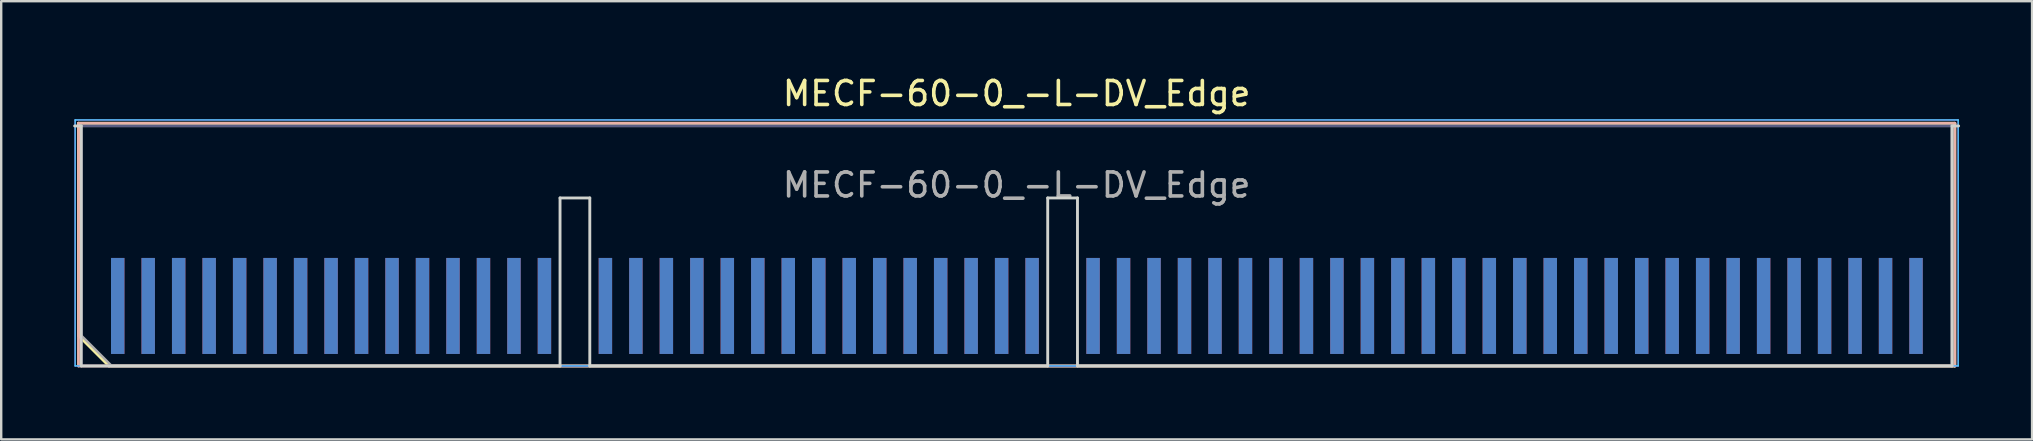
<source format=kicad_pcb>
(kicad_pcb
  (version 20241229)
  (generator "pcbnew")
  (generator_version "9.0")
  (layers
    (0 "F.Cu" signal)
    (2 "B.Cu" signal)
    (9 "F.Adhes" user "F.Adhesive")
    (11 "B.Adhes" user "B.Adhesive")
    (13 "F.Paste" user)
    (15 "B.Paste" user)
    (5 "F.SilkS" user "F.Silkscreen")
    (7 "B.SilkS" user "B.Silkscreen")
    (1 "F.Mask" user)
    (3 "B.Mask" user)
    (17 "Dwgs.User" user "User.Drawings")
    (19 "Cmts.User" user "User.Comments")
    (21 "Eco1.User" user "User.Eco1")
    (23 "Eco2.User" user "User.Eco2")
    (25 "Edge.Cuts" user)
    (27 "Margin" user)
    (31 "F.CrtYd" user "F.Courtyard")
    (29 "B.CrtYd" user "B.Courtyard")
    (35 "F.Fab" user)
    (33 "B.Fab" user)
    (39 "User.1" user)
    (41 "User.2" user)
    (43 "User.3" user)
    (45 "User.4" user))
  (footprint "MECF-60-0_-L-DV_Edge"
    (layer "F.Cu")
    (at 39.31 7.198)
    (property "Reference" "MECF-60-0_-L-DV_Edge" (at 0 -6.35 0) (layer "F.SilkS") (effects (font (size 1 1) (thickness 0.15))))
    (attr exclude_from_pos_files exclude_from_bom)
    (fp_line (start -39.09 -5.11) (end 39.09 -5.11) (stroke (width 0.12) (type solid)) (layer "F.SilkS"))
    (fp_line (start -39.09 3.73) (end -39.09 -5.11) (stroke (width 0.12) (type solid)) (layer "F.SilkS"))
    (fp_line (start -37.82 5) (end -39.09 3.73) (stroke (width 0.12) (type solid)) (layer "F.SilkS"))
    (fp_line (start -37.82 5) (end 39.09 5) (stroke (width 0.12) (type solid)) (layer "F.SilkS"))
    (fp_line (start 39.09 5) (end 39.09 -5.11) (stroke (width 0.12) (type solid)) (layer "F.SilkS"))
    (fp_line (start -39.09 -5.11) (end 39.09 -5.11) (stroke (width 0.12) (type solid)) (layer "B.SilkS"))
    (fp_line (start -39.09 5) (end -39.09 -5.11) (stroke (width 0.12) (type solid)) (layer "B.SilkS"))
    (fp_line (start -39.09 5) (end 39.09 5) (stroke (width 0.12) (type solid)) (layer "B.SilkS"))
    (fp_line (start 39.09 5) (end 39.09 -5.11) (stroke (width 0.12) (type solid)) (layer "B.SilkS"))
    (fp_line (start -39.25 -5) (end -38.975 -5) (stroke (width 0.12) (type solid)) (layer "Edge.Cuts"))
    (fp_line (start -38.975 5) (end -38.975 -5) (stroke (width 0.12) (type solid)) (layer "Edge.Cuts"))
    (fp_line (start -38.975 5) (end -19.025 5) (stroke (width 0.12) (type solid)) (layer "Edge.Cuts"))
    (fp_line (start -19.025 -2) (end -17.785 -2) (stroke (width 0.12) (type solid)) (layer "Edge.Cuts"))
    (fp_line (start -19.025 5) (end -19.025 -2) (stroke (width 0.12) (type solid)) (layer "Edge.Cuts"))
    (fp_line (start -17.785 5) (end -17.785 -2) (stroke (width 0.12) (type solid)) (layer "Edge.Cuts"))
    (fp_line (start -17.785 5) (end 1.295 5) (stroke (width 0.12) (type solid)) (layer "Edge.Cuts"))
    (fp_line (start 1.295 -2) (end 2.535 -2) (stroke (width 0.12) (type solid)) (layer "Edge.Cuts"))
    (fp_line (start 1.295 5) (end 1.295 -2) (stroke (width 0.12) (type solid)) (layer "Edge.Cuts"))
    (fp_line (start 2.535 5) (end 2.535 -2) (stroke (width 0.12) (type solid)) (layer "Edge.Cuts"))
    (fp_line (start 2.535 5) (end 38.975 5) (stroke (width 0.12) (type solid)) (layer "Edge.Cuts"))
    (fp_line (start 38.975 5) (end 38.975 -5) (stroke (width 0.12) (type solid)) (layer "Edge.Cuts"))
    (fp_line (start 39.25 -5) (end 38.975 -5) (stroke (width 0.12) (type solid)) (layer "Edge.Cuts"))
    (fp_line (start -39.23 -5.25) (end -39.23 5) (stroke (width 0.05) (type solid)) (layer "B.CrtYd"))
    (fp_line (start -39.23 5) (end 39.23 5) (stroke (width 0.05) (type solid)) (layer "B.CrtYd"))
    (fp_line (start 39.23 -5.25) (end -39.23 -5.25) (stroke (width 0.05) (type solid)) (layer "B.CrtYd"))
    (fp_line (start 39.23 5) (end 39.23 -5.25) (stroke (width 0.05) (type solid)) (layer "B.CrtYd"))
    (fp_line (start -39.23 -5.25) (end -39.23 5) (stroke (width 0.05) (type solid)) (layer "F.CrtYd"))
    (fp_line (start -39.23 5) (end 39.23 5) (stroke (width 0.05) (type solid)) (layer "F.CrtYd"))
    (fp_line (start 39.23 -5.25) (end -39.23 -5.25) (stroke (width 0.05) (type solid)) (layer "F.CrtYd"))
    (fp_line (start 39.23 5) (end 39.23 -5.25) (stroke (width 0.05) (type solid)) (layer "F.CrtYd"))
    (fp_line (start -38.975 -5) (end 38.975 -5) (stroke (width 0.1) (type solid)) (layer "B.Fab"))
    (fp_line (start -38.975 5) (end -38.975 -5) (stroke (width 0.1) (type solid)) (layer "B.Fab"))
    (fp_line (start -38.975 5) (end 38.975 5) (stroke (width 0.1) (type solid)) (layer "B.Fab"))
    (fp_line (start 38.975 5) (end 38.975 -5) (stroke (width 0.1) (type solid)) (layer "B.Fab"))
    (fp_line (start -38.975 -5) (end 38.975 -5) (stroke (width 0.1) (type solid)) (layer "F.Fab"))
    (fp_line (start -38.975 3.73) (end -38.975 -5) (stroke (width 0.1) (type solid)) (layer "F.Fab"))
    (fp_line (start -38.975 3.73) (end -37.705 5) (stroke (width 0.1) (type solid)) (layer "F.Fab"))
    (fp_line (start -37.705 5) (end 38.975 5) (stroke (width 0.1) (type solid)) (layer "F.Fab"))
    (fp_line (start 38.975 5) (end 38.975 -5) (stroke (width 0.1) (type solid)) (layer "F.Fab"))
    (fp_text user "${REFERENCE}" (at 0 -2.54 0) (layer "F.Fab") (effects (font (size 1 1) (thickness 0.15))))
    (pad "1" smd rect (at -37.455 2.5) (size 0.56 4) (layers "F.Cu" "F.Mask" "F.Paste"))
    (pad "2" smd rect (at -37.455 2.5) (size 0.56 4) (layers "B.Cu" "B.Mask" "B.Paste"))
    (pad "3" smd rect (at -36.185 2.5) (size 0.56 4) (layers "F.Cu" "F.Mask" "F.Paste"))
    (pad "4" smd rect (at -36.185 2.5) (size 0.56 4) (layers "B.Cu" "B.Mask" "B.Paste"))
    (pad "5" smd rect (at -34.915 2.5) (size 0.56 4) (layers "F.Cu" "F.Mask" "F.Paste"))
    (pad "6" smd rect (at -34.915 2.5) (size 0.56 4) (layers "B.Cu" "B.Mask" "B.Paste"))
    (pad "7" smd rect (at -33.645 2.5) (size 0.56 4) (layers "F.Cu" "F.Mask" "F.Paste"))
    (pad "8" smd rect (at -33.645 2.5) (size 0.56 4) (layers "B.Cu" "B.Mask" "B.Paste"))
    (pad "9" smd rect (at -32.375 2.5) (size 0.56 4) (layers "F.Cu" "F.Mask" "F.Paste"))
    (pad "10" smd rect (at -32.375 2.5) (size 0.56 4) (layers "B.Cu" "B.Mask" "B.Paste"))
    (pad "11" smd rect (at -31.105 2.5) (size 0.56 4) (layers "F.Cu" "F.Mask" "F.Paste"))
    (pad "12" smd rect (at -31.105 2.5) (size 0.56 4) (layers "B.Cu" "B.Mask" "B.Paste"))
    (pad "13" smd rect (at -29.835 2.5) (size 0.56 4) (layers "F.Cu" "F.Mask" "F.Paste"))
    (pad "14" smd rect (at -29.835 2.5) (size 0.56 4) (layers "B.Cu" "B.Mask" "B.Paste"))
    (pad "15" smd rect (at -28.565 2.5) (size 0.56 4) (layers "F.Cu" "F.Mask" "F.Paste"))
    (pad "16" smd rect (at -28.565 2.5) (size 0.56 4) (layers "B.Cu" "B.Mask" "B.Paste"))
    (pad "17" smd rect (at -27.295 2.5) (size 0.56 4) (layers "F.Cu" "F.Mask" "F.Paste"))
    (pad "18" smd rect (at -27.295 2.5) (size 0.56 4) (layers "B.Cu" "B.Mask" "B.Paste"))
    (pad "19" smd rect (at -26.025 2.5) (size 0.56 4) (layers "F.Cu" "F.Mask" "F.Paste"))
    (pad "20" smd rect (at -26.025 2.5) (size 0.56 4) (layers "B.Cu" "B.Mask" "B.Paste"))
    (pad "21" smd rect (at -24.755 2.5) (size 0.56 4) (layers "F.Cu" "F.Mask" "F.Paste"))
    (pad "22" smd rect (at -24.755 2.5) (size 0.56 4) (layers "B.Cu" "B.Mask" "B.Paste"))
    (pad "23" smd rect (at -23.485 2.5) (size 0.56 4) (layers "F.Cu" "F.Mask" "F.Paste"))
    (pad "24" smd rect (at -23.485 2.5) (size 0.56 4) (layers "B.Cu" "B.Mask" "B.Paste"))
    (pad "25" smd rect (at -22.215 2.5) (size 0.56 4) (layers "F.Cu" "F.Mask" "F.Paste"))
    (pad "26" smd rect (at -22.215 2.5) (size 0.56 4) (layers "B.Cu" "B.Mask" "B.Paste"))
    (pad "27" smd rect (at -20.945 2.5) (size 0.56 4) (layers "F.Cu" "F.Mask" "F.Paste"))
    (pad "28" smd rect (at -20.945 2.5) (size 0.56 4) (layers "B.Cu" "B.Mask" "B.Paste"))
    (pad "29" smd rect (at -19.675 2.5) (size 0.56 4) (layers "F.Cu" "F.Mask" "F.Paste"))
    (pad "30" smd rect (at -19.675 2.5) (size 0.56 4) (layers "B.Cu" "B.Mask" "B.Paste"))
    (pad "33" smd rect (at -17.135 2.5) (size 0.56 4) (layers "F.Cu" "F.Mask" "F.Paste"))
    (pad "34" smd rect (at -17.135 2.5) (size 0.56 4) (layers "B.Cu" "B.Mask" "B.Paste"))
    (pad "35" smd rect (at -15.865 2.5) (size 0.56 4) (layers "F.Cu" "F.Mask" "F.Paste"))
    (pad "36" smd rect (at -15.865 2.5) (size 0.56 4) (layers "B.Cu" "B.Mask" "B.Paste"))
    (pad "37" smd rect (at -14.595 2.5) (size 0.56 4) (layers "F.Cu" "F.Mask" "F.Paste"))
    (pad "38" smd rect (at -14.595 2.5) (size 0.56 4) (layers "B.Cu" "B.Mask" "B.Paste"))
    (pad "39" smd rect (at -13.325 2.5) (size 0.56 4) (layers "F.Cu" "F.Mask" "F.Paste"))
    (pad "40" smd rect (at -13.325 2.5) (size 0.56 4) (layers "B.Cu" "B.Mask" "B.Paste"))
    (pad "41" smd rect (at -12.055 2.5) (size 0.56 4) (layers "F.Cu" "F.Mask" "F.Paste"))
    (pad "42" smd rect (at -12.055 2.5) (size 0.56 4) (layers "B.Cu" "B.Mask" "B.Paste"))
    (pad "43" smd rect (at -10.785 2.5) (size 0.56 4) (layers "F.Cu" "F.Mask" "F.Paste"))
    (pad "44" smd rect (at -10.785 2.5) (size 0.56 4) (layers "B.Cu" "B.Mask" "B.Paste"))
    (pad "45" smd rect (at -9.515 2.5) (size 0.56 4) (layers "F.Cu" "F.Mask" "F.Paste"))
    (pad "46" smd rect (at -9.515 2.5) (size 0.56 4) (layers "B.Cu" "B.Mask" "B.Paste"))
    (pad "47" smd rect (at -8.245 2.5) (size 0.56 4) (layers "F.Cu" "F.Mask" "F.Paste"))
    (pad "48" smd rect (at -8.245 2.5) (size 0.56 4) (layers "B.Cu" "B.Mask" "B.Paste"))
    (pad "49" smd rect (at -6.975 2.5) (size 0.56 4) (layers "F.Cu" "F.Mask" "F.Paste"))
    (pad "50" smd rect (at -6.975 2.5) (size 0.56 4) (layers "B.Cu" "B.Mask" "B.Paste"))
    (pad "51" smd rect (at -5.705 2.5) (size 0.56 4) (layers "F.Cu" "F.Mask" "F.Paste"))
    (pad "52" smd rect (at -5.705 2.5) (size 0.56 4) (layers "B.Cu" "B.Mask" "B.Paste"))
    (pad "53" smd rect (at -4.435 2.5) (size 0.56 4) (layers "F.Cu" "F.Mask" "F.Paste"))
    (pad "54" smd rect (at -4.435 2.5) (size 0.56 4) (layers "B.Cu" "B.Mask" "B.Paste"))
    (pad "55" smd rect (at -3.165 2.5) (size 0.56 4) (layers "F.Cu" "F.Mask" "F.Paste"))
    (pad "56" smd rect (at -3.165 2.5) (size 0.56 4) (layers "B.Cu" "B.Mask" "B.Paste"))
    (pad "57" smd rect (at -1.895 2.5) (size 0.56 4) (layers "F.Cu" "F.Mask" "F.Paste"))
    (pad "58" smd rect (at -1.895 2.5) (size 0.56 4) (layers "B.Cu" "B.Mask" "B.Paste"))
    (pad "59" smd rect (at -0.625 2.5) (size 0.56 4) (layers "F.Cu" "F.Mask" "F.Paste"))
    (pad "60" smd rect (at -0.625 2.5) (size 0.56 4) (layers "B.Cu" "B.Mask" "B.Paste"))
    (pad "61" smd rect (at 0.645 2.5) (size 0.56 4) (layers "F.Cu" "F.Mask" "F.Paste"))
    (pad "62" smd rect (at 0.645 2.5) (size 0.56 4) (layers "B.Cu" "B.Mask" "B.Paste"))
    (pad "65" smd rect (at 3.185 2.5) (size 0.56 4) (layers "F.Cu" "F.Mask" "F.Paste"))
    (pad "66" smd rect (at 3.185 2.5) (size 0.56 4) (layers "B.Cu" "B.Mask" "B.Paste"))
    (pad "67" smd rect (at 4.455 2.5) (size 0.56 4) (layers "F.Cu" "F.Mask" "F.Paste"))
    (pad "68" smd rect (at 4.455 2.5) (size 0.56 4) (layers "B.Cu" "B.Mask" "B.Paste"))
    (pad "69" smd rect (at 5.725 2.5) (size 0.56 4) (layers "F.Cu" "F.Mask" "F.Paste"))
    (pad "70" smd rect (at 5.725 2.5) (size 0.56 4) (layers "B.Cu" "B.Mask" "B.Paste"))
    (pad "71" smd rect (at 6.995 2.5) (size 0.56 4) (layers "F.Cu" "F.Mask" "F.Paste"))
    (pad "72" smd rect (at 6.995 2.5) (size 0.56 4) (layers "B.Cu" "B.Mask" "B.Paste"))
    (pad "73" smd rect (at 8.265 2.5) (size 0.56 4) (layers "F.Cu" "F.Mask" "F.Paste"))
    (pad "74" smd rect (at 8.265 2.5) (size 0.56 4) (layers "B.Cu" "B.Mask" "B.Paste"))
    (pad "75" smd rect (at 9.535 2.5) (size 0.56 4) (layers "F.Cu" "F.Mask" "F.Paste"))
    (pad "76" smd rect (at 9.535 2.5) (size 0.56 4) (layers "B.Cu" "B.Mask" "B.Paste"))
    (pad "77" smd rect (at 10.805 2.5) (size 0.56 4) (layers "F.Cu" "F.Mask" "F.Paste"))
    (pad "78" smd rect (at 10.805 2.5) (size 0.56 4) (layers "B.Cu" "B.Mask" "B.Paste"))
    (pad "79" smd rect (at 12.075 2.5) (size 0.56 4) (layers "F.Cu" "F.Mask" "F.Paste"))
    (pad "80" smd rect (at 12.075 2.5) (size 0.56 4) (layers "B.Cu" "B.Mask" "B.Paste"))
    (pad "81" smd rect (at 13.345 2.5) (size 0.56 4) (layers "F.Cu" "F.Mask" "F.Paste"))
    (pad "82" smd rect (at 13.345 2.5) (size 0.56 4) (layers "B.Cu" "B.Mask" "B.Paste"))
    (pad "83" smd rect (at 14.615 2.5) (size 0.56 4) (layers "F.Cu" "F.Mask" "F.Paste"))
    (pad "84" smd rect (at 14.615 2.5) (size 0.56 4) (layers "B.Cu" "B.Mask" "B.Paste"))
    (pad "85" smd rect (at 15.885 2.5) (size 0.56 4) (layers "F.Cu" "F.Mask" "F.Paste"))
    (pad "86" smd rect (at 15.885 2.5) (size 0.56 4) (layers "B.Cu" "B.Mask" "B.Paste"))
    (pad "87" smd rect (at 17.155 2.5) (size 0.56 4) (layers "F.Cu" "F.Mask" "F.Paste"))
    (pad "88" smd rect (at 17.155 2.5) (size 0.56 4) (layers "B.Cu" "B.Mask" "B.Paste"))
    (pad "89" smd rect (at 18.425 2.5) (size 0.56 4) (layers "F.Cu" "F.Mask" "F.Paste"))
    (pad "90" smd rect (at 18.425 2.5) (size 0.56 4) (layers "B.Cu" "B.Mask" "B.Paste"))
    (pad "91" smd rect (at 19.695 2.5) (size 0.56 4) (layers "F.Cu" "F.Mask" "F.Paste"))
    (pad "92" smd rect (at 19.695 2.5) (size 0.56 4) (layers "B.Cu" "B.Mask" "B.Paste"))
    (pad "93" smd rect (at 20.965 2.5) (size 0.56 4) (layers "F.Cu" "F.Mask" "F.Paste"))
    (pad "94" smd rect (at 20.965 2.5) (size 0.56 4) (layers "B.Cu" "B.Mask" "B.Paste"))
    (pad "95" smd rect (at 22.235 2.5) (size 0.56 4) (layers "F.Cu" "F.Mask" "F.Paste"))
    (pad "96" smd rect (at 22.235 2.5) (size 0.56 4) (layers "B.Cu" "B.Mask" "B.Paste"))
    (pad "97" smd rect (at 23.505 2.5) (size 0.56 4) (layers "F.Cu" "F.Mask" "F.Paste"))
    (pad "98" smd rect (at 23.505 2.5) (size 0.56 4) (layers "B.Cu" "B.Mask" "B.Paste"))
    (pad "99" smd rect (at 24.775 2.5) (size 0.56 4) (layers "F.Cu" "F.Mask" "F.Paste"))
    (pad "100" smd rect (at 24.775 2.5) (size 0.56 4) (layers "B.Cu" "B.Mask" "B.Paste"))
    (pad "101" smd rect (at 26.045 2.5) (size 0.56 4) (layers "F.Cu" "F.Mask" "F.Paste"))
    (pad "102" smd rect (at 26.045 2.5) (size 0.56 4) (layers "B.Cu" "B.Mask" "B.Paste"))
    (pad "103" smd rect (at 27.315 2.5) (size 0.56 4) (layers "F.Cu" "F.Mask" "F.Paste"))
    (pad "104" smd rect (at 27.315 2.5) (size 0.56 4) (layers "B.Cu" "B.Mask" "B.Paste"))
    (pad "105" smd rect (at 28.585 2.5) (size 0.56 4) (layers "F.Cu" "F.Mask" "F.Paste"))
    (pad "106" smd rect (at 28.585 2.5) (size 0.56 4) (layers "B.Cu" "B.Mask" "B.Paste"))
    (pad "107" smd rect (at 29.855 2.5) (size 0.56 4) (layers "F.Cu" "F.Mask" "F.Paste"))
    (pad "108" smd rect (at 29.855 2.5) (size 0.56 4) (layers "B.Cu" "B.Mask" "B.Paste"))
    (pad "109" smd rect (at 31.125 2.5) (size 0.56 4) (layers "F.Cu" "F.Mask" "F.Paste"))
    (pad "110" smd rect (at 31.125 2.5) (size 0.56 4) (layers "B.Cu" "B.Mask" "B.Paste"))
    (pad "111" smd rect (at 32.395 2.5) (size 0.56 4) (layers "F.Cu" "F.Mask" "F.Paste"))
    (pad "112" smd rect (at 32.395 2.5) (size 0.56 4) (layers "B.Cu" "B.Mask" "B.Paste"))
    (pad "113" smd rect (at 33.665 2.5) (size 0.56 4) (layers "F.Cu" "F.Mask" "F.Paste"))
    (pad "114" smd rect (at 33.665 2.5) (size 0.56 4) (layers "B.Cu" "B.Mask" "B.Paste"))
    (pad "115" smd rect (at 34.935 2.5) (size 0.56 4) (layers "F.Cu" "F.Mask" "F.Paste"))
    (pad "116" smd rect (at 34.935 2.5) (size 0.56 4) (layers "B.Cu" "B.Mask" "B.Paste"))
    (pad "117" smd rect (at 36.205 2.5) (size 0.56 4) (layers "F.Cu" "F.Mask" "F.Paste"))
    (pad "118" smd rect (at 36.205 2.5) (size 0.56 4) (layers "B.Cu" "B.Mask" "B.Paste"))
    (pad "119" smd rect (at 37.475 2.5) (size 0.56 4) (layers "F.Cu" "F.Mask" "F.Paste"))
    (pad "120" smd rect (at 37.475 2.5) (size 0.56 4) (layers "B.Cu" "B.Mask" "B.Paste")))
  (gr_rect
    (start -3 -3)
    (end 81.62 15.258)
    (stroke (width 0.1) (type default))
    (fill no)
    (layer "Edge.Cuts")))
</source>
